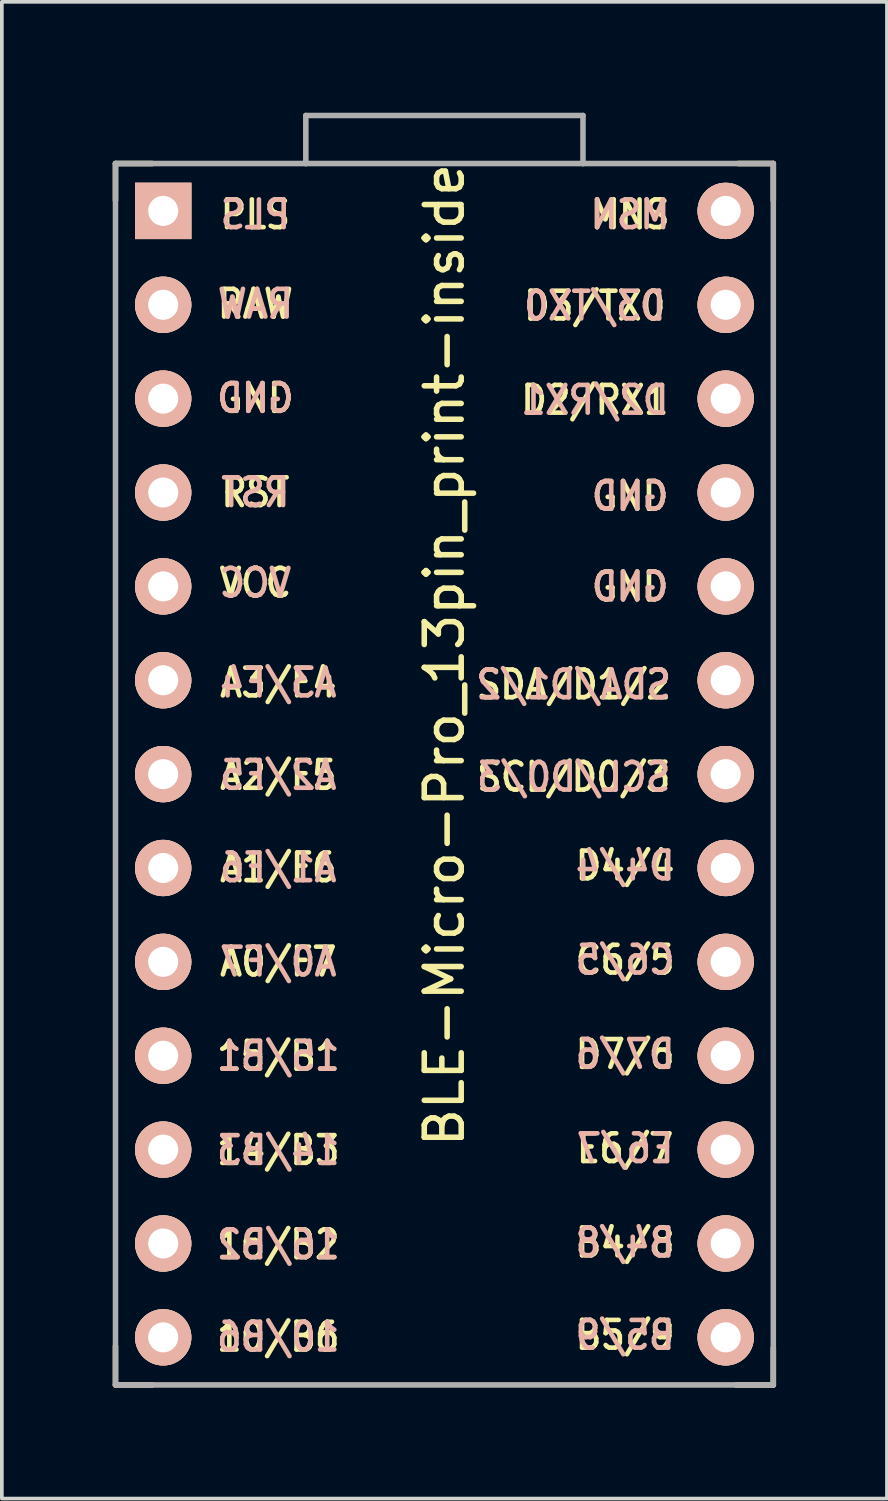
<source format=kicad_pcb>
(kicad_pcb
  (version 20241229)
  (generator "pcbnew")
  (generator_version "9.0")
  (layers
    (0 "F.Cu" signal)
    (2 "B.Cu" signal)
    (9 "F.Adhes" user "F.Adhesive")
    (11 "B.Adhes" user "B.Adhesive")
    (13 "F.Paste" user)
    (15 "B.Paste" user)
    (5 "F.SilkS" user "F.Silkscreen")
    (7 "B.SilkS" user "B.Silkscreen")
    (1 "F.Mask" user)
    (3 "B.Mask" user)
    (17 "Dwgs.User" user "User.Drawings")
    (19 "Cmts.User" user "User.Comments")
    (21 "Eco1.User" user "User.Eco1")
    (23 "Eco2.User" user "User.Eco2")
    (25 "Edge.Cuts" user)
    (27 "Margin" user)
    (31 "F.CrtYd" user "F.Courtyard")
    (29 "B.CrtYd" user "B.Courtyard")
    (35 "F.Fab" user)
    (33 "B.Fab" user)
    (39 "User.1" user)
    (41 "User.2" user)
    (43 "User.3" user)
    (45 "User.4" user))
  (footprint "BLE-Micro-Pro_13pin_print-inside"
    (layer "F.Cu")
    (at 8.975 19.675)
    (property "Reference" "BLE-Micro-Pro_13pin_print-inside" (at 0 -5 270) (layer "F.SilkS") (effects (font (size 1 1) (thickness 0.15))))
    (attr through_hole)
    (fp_line (start -8.9 -18.3) (end -8.9 -17.3) (stroke (width 0.15) (type solid)) (layer "F.SilkS"))
    (fp_line (start -8.9 -18.3) (end -7.9 -18.3) (stroke (width 0.15) (type solid)) (layer "F.SilkS"))
    (fp_line (start -8.9 13.7) (end -8.9 14.75) (stroke (width 0.15) (type solid)) (layer "F.SilkS"))
    (fp_line (start -8.9 14.75) (end -7.9 14.75) (stroke (width 0.15) (type solid)) (layer "F.SilkS"))
    (fp_line (start 8.9 -18.3) (end 7.95 -18.3) (stroke (width 0.15) (type solid)) (layer "F.SilkS"))
    (fp_line (start 8.9 -18.3) (end 8.9 -17.3) (stroke (width 0.15) (type solid)) (layer "F.SilkS"))
    (fp_line (start 8.9 13.75) (end 8.9 14.75) (stroke (width 0.15) (type solid)) (layer "F.SilkS"))
    (fp_line (start 8.9 14.75) (end 7.89 14.75) (stroke (width 0.15) (type solid)) (layer "F.SilkS"))
    (fp_line (start -8.9 -18.3) (end -3.75 -18.3) (stroke (width 0.15) (type solid)) (layer "F.Fab"))
    (fp_line (start -8.9 14.75) (end -8.9 -18.3) (stroke (width 0.15) (type solid)) (layer "F.Fab"))
    (fp_line (start -3.75 -19.6) (end -3.75 -18.299) (stroke (width 0.15) (type solid)) (layer "F.Fab"))
    (fp_line (start -3.75 -19.6) (end 3.75 -19.6) (stroke (width 0.15) (type solid)) (layer "F.Fab"))
    (fp_line (start -3.75 -18.3) (end 3.75 -18.3) (stroke (width 0.15) (type solid)) (layer "F.Fab"))
    (fp_line (start 3.75 -19.6) (end 3.75 -18.3) (stroke (width 0.15) (type solid)) (layer "F.Fab"))
    (fp_line (start 3.76 -18.3) (end 8.9 -18.3) (stroke (width 0.15) (type solid)) (layer "F.Fab"))
    (fp_line (start 8.9 -18.3) (end 8.9 14.75) (stroke (width 0.15) (type solid)) (layer "F.Fab"))
    (fp_line (start 8.9 14.75) (end -8.9 14.75) (stroke (width 0.15) (type solid)) (layer "F.Fab"))
    (fp_text user "PLS" (at -5.115 -16.92 0) (unlocked yes) (layer "F.SilkS") (effects (font (size 0.75 0.67) (thickness 0.125))))
    (fp_text user "GND" (at 5.025 -6.85 0) (unlocked yes) (layer "F.SilkS") (effects (font (size 0.75 0.67) (thickness 0.125))))
    (fp_text user "D2/RX1" (at 4.07 -11.9 0) (unlocked yes) (layer "F.SilkS") (effects (font (size 0.75 0.67) (thickness 0.125))))
    (fp_text user "A1/F6" (at -4.495 0.75 0) (unlocked yes) (layer "F.SilkS") (effects (font (size 0.75 0.67) (thickness 0.125))))
    (fp_text user "D4/4" (at 4.89 0.7 0) (unlocked yes) (layer "F.SilkS") (effects (font (size 0.75 0.67) (thickness 0.125))))
    (fp_text user "14/B3" (at -4.495 8.4 0) (unlocked yes) (layer "F.SilkS") (effects (font (size 0.75 0.67) (thickness 0.125))))
    (fp_text user "SDA/D1/2" (at 3.5 -4.2 0) (unlocked yes) (layer "F.SilkS") (effects (font (size 0.75 0.67) (thickness 0.125))))
    (fp_text user "A2/F5" (at -4.495 -1.75 0) (unlocked yes) (layer "F.SilkS") (effects (font (size 0.75 0.67) (thickness 0.125))))
    (fp_text user "E6/7" (at 4.89 8.35 0) (unlocked yes) (layer "F.SilkS") (effects (font (size 0.75 0.67) (thickness 0.125))))
    (fp_text user "GND" (at -5.115 -11.95 0) (unlocked yes) (layer "F.SilkS") (effects (font (size 0.75 0.67) (thickness 0.125))))
    (fp_text user "RAW" (at -5.115 -14.5 0) (unlocked yes) (layer "F.SilkS") (effects (font (size 0.75 0.67) (thickness 0.125))))
    (fp_text user "B5/9" (at 4.89 13.4 0) (unlocked yes) (layer "F.SilkS") (effects (font (size 0.75 0.67) (thickness 0.125))))
    (fp_text user "D3/TX0" (at 4.07 -14.45 0) (unlocked yes) (layer "F.SilkS") (effects (font (size 0.75 0.67) (thickness 0.125))))
    (fp_text user "GND" (at 5.025 -9.3 0) (unlocked yes) (layer "F.SilkS") (effects (font (size 0.75 0.67) (thickness 0.125))))
    (fp_text user "B4/8" (at 4.89 10.9 0) (unlocked yes) (layer "F.SilkS") (effects (font (size 0.75 0.67) (thickness 0.125))))
    (fp_text user "MNS" (at 5.025 -16.92 0) (unlocked yes) (layer "F.SilkS") (effects (font (size 0.75 0.67) (thickness 0.125))))
    (fp_text user "RST" (at -5.115 -9.4 0) (unlocked yes) (layer "F.SilkS") (effects (font (size 0.75 0.67) (thickness 0.125))))
    (fp_text user "16/B2" (at -4.495 10.95 0) (unlocked yes) (layer "F.SilkS") (effects (font (size 0.75 0.67) (thickness 0.125))))
    (fp_text user "15/B1" (at -4.495 5.85 0) (unlocked yes) (layer "F.SilkS") (effects (font (size 0.75 0.67) (thickness 0.125))))
    (fp_text user "D7/6" (at 4.89 5.8 0) (unlocked yes) (layer "F.SilkS") (effects (font (size 0.75 0.67) (thickness 0.125))))
    (fp_text user "" (at -0.545 -17.4 0) (layer "F.SilkS") (effects (font (size 1 1) (thickness 0.15))))
    (fp_text user "A3/F4" (at -4.495 -4.25 0) (unlocked yes) (layer "F.SilkS") (effects (font (size 0.75 0.67) (thickness 0.125))))
    (fp_text user "C6/5" (at 4.89 3.25 0) (unlocked yes) (layer "F.SilkS") (effects (font (size 0.75 0.67) (thickness 0.125))))
    (fp_text user "10/B6" (at -4.495 13.45 0) (unlocked yes) (layer "F.SilkS") (effects (font (size 0.75 0.67) (thickness 0.125))))
    (fp_text user "SCL/D0/3" (at 3.5 -1.7 0) (unlocked yes) (layer "F.SilkS") (effects (font (size 0.75 0.67) (thickness 0.125))))
    (fp_text user "VCC" (at -5.115 -6.95 0) (unlocked yes) (layer "F.SilkS") (effects (font (size 0.75 0.67) (thickness 0.125))))
    (fp_text user "A0/F7" (at -4.495 3.3 0) (unlocked yes) (layer "F.SilkS") (effects (font (size 0.75 0.67) (thickness 0.125))))
    (fp_text user "A1/F6" (at -4.495 0.75 0) (unlocked yes) (layer "B.SilkS") (effects (font (size 0.75 0.67) (thickness 0.125)) (justify mirror)))
    (fp_text user "" (at -1.252 -16.256 0) (layer "B.SilkS") (effects (font (size 1 1) (thickness 0.15)) (justify mirror)))
    (fp_text user "D7/6" (at 4.89 5.8 0) (unlocked yes) (layer "B.SilkS") (effects (font (size 0.75 0.67) (thickness 0.125)) (justify mirror)))
    (fp_text user "A2/F5" (at -4.495 -1.75 0) (unlocked yes) (layer "B.SilkS") (effects (font (size 0.75 0.67) (thickness 0.125)) (justify mirror)))
    (fp_text user "RAW" (at -5.115 -14.5 0) (unlocked yes) (layer "B.SilkS") (effects (font (size 0.75 0.67) (thickness 0.125)) (justify mirror)))
    (fp_text user "RST" (at -5.115 -9.4 0) (unlocked yes) (layer "B.SilkS") (effects (font (size 0.75 0.67) (thickness 0.125)) (justify mirror)))
    (fp_text user "SCL/D0/3" (at 3.5 -1.7 0) (unlocked yes) (layer "B.SilkS") (effects (font (size 0.75 0.67) (thickness 0.125)) (justify mirror)))
    (fp_text user "D3/TX0" (at 4.07 -14.45 0) (unlocked yes) (layer "B.SilkS") (effects (font (size 0.75 0.67) (thickness 0.125)) (justify mirror)))
    (fp_text user "MSN" (at 5.025 -16.92 0) (unlocked yes) (layer "B.SilkS") (effects (font (size 0.75 0.67) (thickness 0.125)) (justify mirror)))
    (fp_text user "A3/F4" (at -4.495 -4.25 0) (unlocked yes) (layer "B.SilkS") (effects (font (size 0.75 0.67) (thickness 0.125)) (justify mirror)))
    (fp_text user "A0/F7" (at -4.495 3.3 0) (unlocked yes) (layer "B.SilkS") (effects (font (size 0.75 0.67) (thickness 0.125)) (justify mirror)))
    (fp_text user "B5/9" (at 4.89 13.4 0) (unlocked yes) (layer "B.SilkS") (effects (font (size 0.75 0.67) (thickness 0.125)) (justify mirror)))
    (fp_text user "GND" (at 5.025 -9.3 0) (unlocked yes) (layer "B.SilkS") (effects (font (size 0.75 0.67) (thickness 0.125)) (justify mirror)))
    (fp_text user "C6/5" (at 4.89 3.25 0) (unlocked yes) (layer "B.SilkS") (effects (font (size 0.75 0.67) (thickness 0.125)) (justify mirror)))
    (fp_text user "VCC" (at -5.115 -6.95 0) (unlocked yes) (layer "B.SilkS") (effects (font (size 0.75 0.67) (thickness 0.125)) (justify mirror)))
    (fp_text user "SDA/D1/2" (at 3.5 -4.2 0) (unlocked yes) (layer "B.SilkS") (effects (font (size 0.75 0.67) (thickness 0.125)) (justify mirror)))
    (fp_text user "GND" (at -5.115 -11.95 0) (unlocked yes) (layer "B.SilkS") (effects (font (size 0.75 0.67) (thickness 0.125)) (justify mirror)))
    (fp_text user "B4/8" (at 4.89 10.9 0) (unlocked yes) (layer "B.SilkS") (effects (font (size 0.75 0.67) (thickness 0.125)) (justify mirror)))
    (fp_text user "14/B3" (at -4.495 8.4 0) (unlocked yes) (layer "B.SilkS") (effects (font (size 0.75 0.67) (thickness 0.125)) (justify mirror)))
    (fp_text user "D2/RX1" (at 4.07 -11.9 0) (unlocked yes) (layer "B.SilkS") (effects (font (size 0.75 0.67) (thickness 0.125)) (justify mirror)))
    (fp_text user "D4/4" (at 4.89 0.7 0) (unlocked yes) (layer "B.SilkS") (effects (font (size 0.75 0.67) (thickness 0.125)) (justify mirror)))
    (fp_text user "15/B1" (at -4.495 5.85 0) (unlocked yes) (layer "B.SilkS") (effects (font (size 0.75 0.67) (thickness 0.125)) (justify mirror)))
    (fp_text user "16/B2" (at -4.495 10.95 0) (unlocked yes) (layer "B.SilkS") (effects (font (size 0.75 0.67) (thickness 0.125)) (justify mirror)))
    (fp_text user "10/B6" (at -4.495 13.45 0) (unlocked yes) (layer "B.SilkS") (effects (font (size 0.75 0.67) (thickness 0.125)) (justify mirror)))
    (fp_text user "PLS" (at -5.115 -16.92 0) (unlocked yes) (layer "B.SilkS") (effects (font (size 0.75 0.67) (thickness 0.125)) (justify mirror)))
    (fp_text user "E6/7" (at 4.89 8.35 0) (unlocked yes) (layer "B.SilkS") (effects (font (size 0.75 0.67) (thickness 0.125)) (justify mirror)))
    (fp_text user "GND" (at 5.025 -6.85 0) (unlocked yes) (layer "B.SilkS") (effects (font (size 0.75 0.67) (thickness 0.125)) (justify mirror)))
    (pad "1" thru_hole circle (at 7.611 -14.478) (size 1.524 1.524) (drill 0.813) (layers "*.Cu" "*.SilkS" "*.Mask"))
    (pad "2" thru_hole circle (at 7.611 -11.938) (size 1.524 1.524) (drill 0.813) (layers "*.Cu" "*.SilkS" "*.Mask"))
    (pad "3" thru_hole circle (at 7.611 -9.398) (size 1.524 1.524) (drill 0.813) (layers "*.Cu" "*.SilkS" "*.Mask"))
    (pad "4" thru_hole circle (at 7.611 -6.858) (size 1.524 1.524) (drill 0.813) (layers "*.Cu" "*.SilkS" "*.Mask"))
    (pad "5" thru_hole circle (at 7.611 -4.318) (size 1.524 1.524) (drill 0.813) (layers "*.Cu" "*.SilkS" "*.Mask"))
    (pad "6" thru_hole circle (at 7.611 -1.778) (size 1.524 1.524) (drill 0.813) (layers "*.Cu" "*.SilkS" "*.Mask"))
    (pad "7" thru_hole circle (at 7.611 0.762) (size 1.524 1.524) (drill 0.813) (layers "*.Cu" "*.SilkS" "*.Mask"))
    (pad "8" thru_hole circle (at 7.611 3.302) (size 1.524 1.524) (drill 0.813) (layers "*.Cu" "*.SilkS" "*.Mask"))
    (pad "9" thru_hole circle (at 7.611 5.842) (size 1.524 1.524) (drill 0.813) (layers "*.Cu" "*.SilkS" "*.Mask"))
    (pad "10" thru_hole circle (at 7.611 8.382) (size 1.524 1.524) (drill 0.813) (layers "*.Cu" "*.SilkS" "*.Mask"))
    (pad "11" thru_hole circle (at 7.611 10.922) (size 1.524 1.524) (drill 0.813) (layers "*.Cu" "*.SilkS" "*.Mask"))
    (pad "12" thru_hole circle (at 7.611 13.462) (size 1.524 1.524) (drill 0.813) (layers "*.Cu" "*.SilkS" "*.Mask"))
    (pad "13" thru_hole circle (at -7.609 13.462) (size 1.524 1.524) (drill 0.813) (layers "*.Cu" "*.SilkS" "*.Mask"))
    (pad "14" thru_hole circle (at -7.609 10.922) (size 1.524 1.524) (drill 0.813) (layers "*.Cu" "*.SilkS" "*.Mask"))
    (pad "15" thru_hole circle (at -7.609 8.382) (size 1.524 1.524) (drill 0.813) (layers "*.Cu" "*.SilkS" "*.Mask"))
    (pad "16" thru_hole circle (at -7.609 5.842) (size 1.524 1.524) (drill 0.813) (layers "*.Cu" "*.SilkS" "*.Mask"))
    (pad "17" thru_hole circle (at -7.609 3.302) (size 1.524 1.524) (drill 0.813) (layers "*.Cu" "*.SilkS" "*.Mask"))
    (pad "18" thru_hole circle (at -7.609 0.762) (size 1.524 1.524) (drill 0.813) (layers "*.Cu" "*.SilkS" "*.Mask"))
    (pad "19" thru_hole circle (at -7.609 -1.778) (size 1.524 1.524) (drill 0.813) (layers "*.Cu" "*.SilkS" "*.Mask"))
    (pad "20" thru_hole circle (at -7.609 -4.318) (size 1.524 1.524) (drill 0.813) (layers "*.Cu" "*.SilkS" "*.Mask"))
    (pad "21" thru_hole circle (at -7.609 -6.858) (size 1.524 1.524) (drill 0.813) (layers "*.Cu" "*.SilkS" "*.Mask"))
    (pad "22" thru_hole circle (at -7.609 -9.398) (size 1.524 1.524) (drill 0.813) (layers "*.Cu" "*.SilkS" "*.Mask"))
    (pad "23" thru_hole circle (at -7.609 -11.938) (size 1.524 1.524) (drill 0.813) (layers "*.Cu" "*.SilkS" "*.Mask"))
    (pad "24" thru_hole circle (at -7.609 -14.478) (size 1.524 1.524) (drill 0.813) (layers "*.Cu" "*.SilkS" "*.Mask"))
    (pad "25" thru_hole rect (at -7.609 -17.018) (size 1.524 1.524) (drill 0.813) (layers "*.Cu" "*.SilkS" "*.Mask"))
    (pad "26" thru_hole circle (at 7.611 -17.018) (size 1.524 1.524) (drill 0.813) (layers "*.Cu" "*.SilkS" "*.Mask")))
  (gr_rect
    (start -3 -3)
    (end 20.95 37.5)
    (stroke (width 0.1) (type default))
    (fill no)
    (layer "Edge.Cuts")))
</source>
